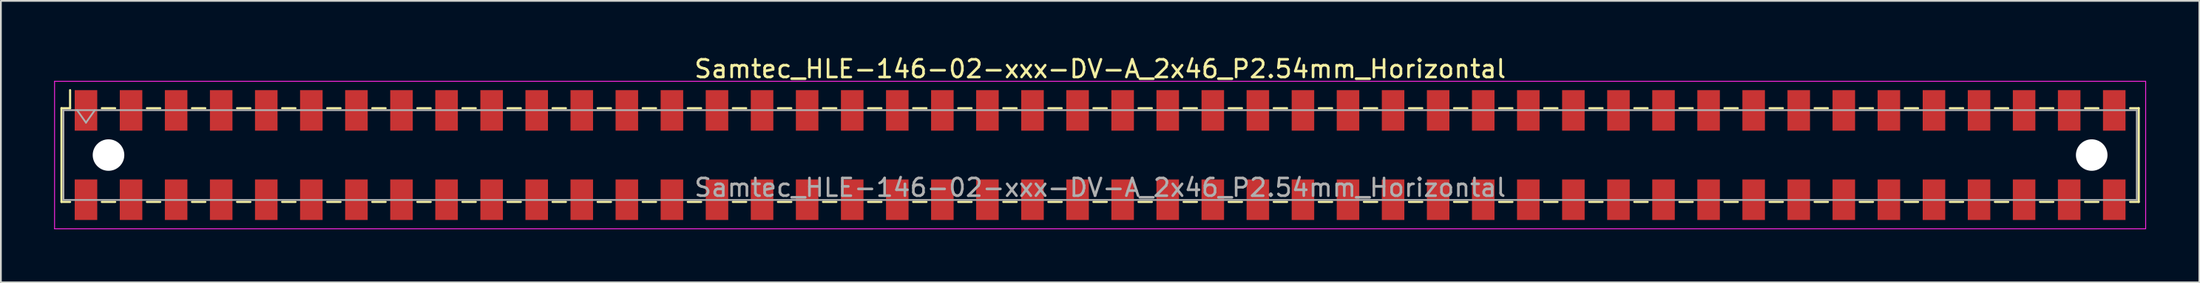
<source format=kicad_pcb>
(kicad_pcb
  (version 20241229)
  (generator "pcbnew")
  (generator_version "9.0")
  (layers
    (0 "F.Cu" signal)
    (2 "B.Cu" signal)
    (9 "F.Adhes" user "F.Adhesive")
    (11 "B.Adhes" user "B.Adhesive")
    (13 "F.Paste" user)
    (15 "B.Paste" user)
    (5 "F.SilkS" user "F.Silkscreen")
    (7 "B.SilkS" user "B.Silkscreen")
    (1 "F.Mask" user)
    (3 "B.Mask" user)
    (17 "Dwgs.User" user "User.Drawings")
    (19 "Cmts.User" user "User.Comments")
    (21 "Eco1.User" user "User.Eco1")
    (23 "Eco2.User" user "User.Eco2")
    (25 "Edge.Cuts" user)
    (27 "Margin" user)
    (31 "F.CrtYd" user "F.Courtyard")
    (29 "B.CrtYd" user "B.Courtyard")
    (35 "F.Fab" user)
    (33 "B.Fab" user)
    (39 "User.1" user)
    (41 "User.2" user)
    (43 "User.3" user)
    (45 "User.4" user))
  (footprint "Samtec_HLE-146-02-xxx-DV-A_2x46_P2.54mm_Horizontal"
    (layer "F.Cu")
    (at 58.945 5.718)
    (property "Reference" "Samtec_HLE-146-02-xxx-DV-A_2x46_P2.54mm_Horizontal" (at 0 -4.87 0) (layer "F.SilkS") (effects (font (size 1 1) (thickness 0.15))))
    (attr smd)
    (fp_line (start -58.53 -2.65) (end -58.53 2.65) (stroke (width 0.12) (type solid)) (layer "F.SilkS"))
    (fp_line (start -58.53 2.65) (end -58.045 2.65) (stroke (width 0.12) (type solid)) (layer "F.SilkS"))
    (fp_line (start -58.045 -3.67) (end -58.045 -2.65) (stroke (width 0.12) (type solid)) (layer "F.SilkS"))
    (fp_line (start -58.045 -2.65) (end -58.53 -2.65) (stroke (width 0.12) (type solid)) (layer "F.SilkS"))
    (fp_line (start -56.255 -2.65) (end -55.505 -2.65) (stroke (width 0.12) (type solid)) (layer "F.SilkS"))
    (fp_line (start -56.255 2.65) (end -55.505 2.65) (stroke (width 0.12) (type solid)) (layer "F.SilkS"))
    (fp_line (start -53.715 -2.65) (end -52.965 -2.65) (stroke (width 0.12) (type solid)) (layer "F.SilkS"))
    (fp_line (start -53.715 2.65) (end -52.965 2.65) (stroke (width 0.12) (type solid)) (layer "F.SilkS"))
    (fp_line (start -51.175 -2.65) (end -50.425 -2.65) (stroke (width 0.12) (type solid)) (layer "F.SilkS"))
    (fp_line (start -51.175 2.65) (end -50.425 2.65) (stroke (width 0.12) (type solid)) (layer "F.SilkS"))
    (fp_line (start -48.635 -2.65) (end -47.885 -2.65) (stroke (width 0.12) (type solid)) (layer "F.SilkS"))
    (fp_line (start -48.635 2.65) (end -47.885 2.65) (stroke (width 0.12) (type solid)) (layer "F.SilkS"))
    (fp_line (start -46.095 -2.65) (end -45.345 -2.65) (stroke (width 0.12) (type solid)) (layer "F.SilkS"))
    (fp_line (start -46.095 2.65) (end -45.345 2.65) (stroke (width 0.12) (type solid)) (layer "F.SilkS"))
    (fp_line (start -43.555 -2.65) (end -42.805 -2.65) (stroke (width 0.12) (type solid)) (layer "F.SilkS"))
    (fp_line (start -43.555 2.65) (end -42.805 2.65) (stroke (width 0.12) (type solid)) (layer "F.SilkS"))
    (fp_line (start -41.015 -2.65) (end -40.265 -2.65) (stroke (width 0.12) (type solid)) (layer "F.SilkS"))
    (fp_line (start -41.015 2.65) (end -40.265 2.65) (stroke (width 0.12) (type solid)) (layer "F.SilkS"))
    (fp_line (start -38.475 -2.65) (end -37.725 -2.65) (stroke (width 0.12) (type solid)) (layer "F.SilkS"))
    (fp_line (start -38.475 2.65) (end -37.725 2.65) (stroke (width 0.12) (type solid)) (layer "F.SilkS"))
    (fp_line (start -35.935 -2.65) (end -35.185 -2.65) (stroke (width 0.12) (type solid)) (layer "F.SilkS"))
    (fp_line (start -35.935 2.65) (end -35.185 2.65) (stroke (width 0.12) (type solid)) (layer "F.SilkS"))
    (fp_line (start -33.395 -2.65) (end -32.645 -2.65) (stroke (width 0.12) (type solid)) (layer "F.SilkS"))
    (fp_line (start -33.395 2.65) (end -32.645 2.65) (stroke (width 0.12) (type solid)) (layer "F.SilkS"))
    (fp_line (start -30.855 -2.65) (end -30.105 -2.65) (stroke (width 0.12) (type solid)) (layer "F.SilkS"))
    (fp_line (start -30.855 2.65) (end -30.105 2.65) (stroke (width 0.12) (type solid)) (layer "F.SilkS"))
    (fp_line (start -28.315 -2.65) (end -27.565 -2.65) (stroke (width 0.12) (type solid)) (layer "F.SilkS"))
    (fp_line (start -28.315 2.65) (end -27.565 2.65) (stroke (width 0.12) (type solid)) (layer "F.SilkS"))
    (fp_line (start -25.775 -2.65) (end -25.025 -2.65) (stroke (width 0.12) (type solid)) (layer "F.SilkS"))
    (fp_line (start -25.775 2.65) (end -25.025 2.65) (stroke (width 0.12) (type solid)) (layer "F.SilkS"))
    (fp_line (start -23.235 -2.65) (end -22.485 -2.65) (stroke (width 0.12) (type solid)) (layer "F.SilkS"))
    (fp_line (start -23.235 2.65) (end -22.485 2.65) (stroke (width 0.12) (type solid)) (layer "F.SilkS"))
    (fp_line (start -20.695 -2.65) (end -19.945 -2.65) (stroke (width 0.12) (type solid)) (layer "F.SilkS"))
    (fp_line (start -20.695 2.65) (end -19.945 2.65) (stroke (width 0.12) (type solid)) (layer "F.SilkS"))
    (fp_line (start -18.155 -2.65) (end -17.405 -2.65) (stroke (width 0.12) (type solid)) (layer "F.SilkS"))
    (fp_line (start -18.155 2.65) (end -17.405 2.65) (stroke (width 0.12) (type solid)) (layer "F.SilkS"))
    (fp_line (start -15.615 -2.65) (end -14.865 -2.65) (stroke (width 0.12) (type solid)) (layer "F.SilkS"))
    (fp_line (start -15.615 2.65) (end -14.865 2.65) (stroke (width 0.12) (type solid)) (layer "F.SilkS"))
    (fp_line (start -13.075 -2.65) (end -12.325 -2.65) (stroke (width 0.12) (type solid)) (layer "F.SilkS"))
    (fp_line (start -13.075 2.65) (end -12.325 2.65) (stroke (width 0.12) (type solid)) (layer "F.SilkS"))
    (fp_line (start -10.535 -2.65) (end -9.785 -2.65) (stroke (width 0.12) (type solid)) (layer "F.SilkS"))
    (fp_line (start -10.535 2.65) (end -9.785 2.65) (stroke (width 0.12) (type solid)) (layer "F.SilkS"))
    (fp_line (start -7.995 -2.65) (end -7.245 -2.65) (stroke (width 0.12) (type solid)) (layer "F.SilkS"))
    (fp_line (start -7.995 2.65) (end -7.245 2.65) (stroke (width 0.12) (type solid)) (layer "F.SilkS"))
    (fp_line (start -5.455 -2.65) (end -4.705 -2.65) (stroke (width 0.12) (type solid)) (layer "F.SilkS"))
    (fp_line (start -5.455 2.65) (end -4.705 2.65) (stroke (width 0.12) (type solid)) (layer "F.SilkS"))
    (fp_line (start -2.915 -2.65) (end -2.165 -2.65) (stroke (width 0.12) (type solid)) (layer "F.SilkS"))
    (fp_line (start -2.915 2.65) (end -2.165 2.65) (stroke (width 0.12) (type solid)) (layer "F.SilkS"))
    (fp_line (start -0.375 -2.65) (end 0.375 -2.65) (stroke (width 0.12) (type solid)) (layer "F.SilkS"))
    (fp_line (start -0.375 2.65) (end 0.375 2.65) (stroke (width 0.12) (type solid)) (layer "F.SilkS"))
    (fp_line (start 2.165 -2.65) (end 2.915 -2.65) (stroke (width 0.12) (type solid)) (layer "F.SilkS"))
    (fp_line (start 2.165 2.65) (end 2.915 2.65) (stroke (width 0.12) (type solid)) (layer "F.SilkS"))
    (fp_line (start 4.705 -2.65) (end 5.455 -2.65) (stroke (width 0.12) (type solid)) (layer "F.SilkS"))
    (fp_line (start 4.705 2.65) (end 5.455 2.65) (stroke (width 0.12) (type solid)) (layer "F.SilkS"))
    (fp_line (start 7.245 -2.65) (end 7.995 -2.65) (stroke (width 0.12) (type solid)) (layer "F.SilkS"))
    (fp_line (start 7.245 2.65) (end 7.995 2.65) (stroke (width 0.12) (type solid)) (layer "F.SilkS"))
    (fp_line (start 9.785 -2.65) (end 10.535 -2.65) (stroke (width 0.12) (type solid)) (layer "F.SilkS"))
    (fp_line (start 9.785 2.65) (end 10.535 2.65) (stroke (width 0.12) (type solid)) (layer "F.SilkS"))
    (fp_line (start 12.325 -2.65) (end 13.075 -2.65) (stroke (width 0.12) (type solid)) (layer "F.SilkS"))
    (fp_line (start 12.325 2.65) (end 13.075 2.65) (stroke (width 0.12) (type solid)) (layer "F.SilkS"))
    (fp_line (start 14.865 -2.65) (end 15.615 -2.65) (stroke (width 0.12) (type solid)) (layer "F.SilkS"))
    (fp_line (start 14.865 2.65) (end 15.615 2.65) (stroke (width 0.12) (type solid)) (layer "F.SilkS"))
    (fp_line (start 17.405 -2.65) (end 18.155 -2.65) (stroke (width 0.12) (type solid)) (layer "F.SilkS"))
    (fp_line (start 17.405 2.65) (end 18.155 2.65) (stroke (width 0.12) (type solid)) (layer "F.SilkS"))
    (fp_line (start 19.945 -2.65) (end 20.695 -2.65) (stroke (width 0.12) (type solid)) (layer "F.SilkS"))
    (fp_line (start 19.945 2.65) (end 20.695 2.65) (stroke (width 0.12) (type solid)) (layer "F.SilkS"))
    (fp_line (start 22.485 -2.65) (end 23.235 -2.65) (stroke (width 0.12) (type solid)) (layer "F.SilkS"))
    (fp_line (start 22.485 2.65) (end 23.235 2.65) (stroke (width 0.12) (type solid)) (layer "F.SilkS"))
    (fp_line (start 25.025 -2.65) (end 25.775 -2.65) (stroke (width 0.12) (type solid)) (layer "F.SilkS"))
    (fp_line (start 25.025 2.65) (end 25.775 2.65) (stroke (width 0.12) (type solid)) (layer "F.SilkS"))
    (fp_line (start 27.565 -2.65) (end 28.315 -2.65) (stroke (width 0.12) (type solid)) (layer "F.SilkS"))
    (fp_line (start 27.565 2.65) (end 28.315 2.65) (stroke (width 0.12) (type solid)) (layer "F.SilkS"))
    (fp_line (start 30.105 -2.65) (end 30.855 -2.65) (stroke (width 0.12) (type solid)) (layer "F.SilkS"))
    (fp_line (start 30.105 2.65) (end 30.855 2.65) (stroke (width 0.12) (type solid)) (layer "F.SilkS"))
    (fp_line (start 32.645 -2.65) (end 33.395 -2.65) (stroke (width 0.12) (type solid)) (layer "F.SilkS"))
    (fp_line (start 32.645 2.65) (end 33.395 2.65) (stroke (width 0.12) (type solid)) (layer "F.SilkS"))
    (fp_line (start 35.185 -2.65) (end 35.935 -2.65) (stroke (width 0.12) (type solid)) (layer "F.SilkS"))
    (fp_line (start 35.185 2.65) (end 35.935 2.65) (stroke (width 0.12) (type solid)) (layer "F.SilkS"))
    (fp_line (start 37.725 -2.65) (end 38.475 -2.65) (stroke (width 0.12) (type solid)) (layer "F.SilkS"))
    (fp_line (start 37.725 2.65) (end 38.475 2.65) (stroke (width 0.12) (type solid)) (layer "F.SilkS"))
    (fp_line (start 40.265 -2.65) (end 41.015 -2.65) (stroke (width 0.12) (type solid)) (layer "F.SilkS"))
    (fp_line (start 40.265 2.65) (end 41.015 2.65) (stroke (width 0.12) (type solid)) (layer "F.SilkS"))
    (fp_line (start 42.805 -2.65) (end 43.555 -2.65) (stroke (width 0.12) (type solid)) (layer "F.SilkS"))
    (fp_line (start 42.805 2.65) (end 43.555 2.65) (stroke (width 0.12) (type solid)) (layer "F.SilkS"))
    (fp_line (start 45.345 -2.65) (end 46.095 -2.65) (stroke (width 0.12) (type solid)) (layer "F.SilkS"))
    (fp_line (start 45.345 2.65) (end 46.095 2.65) (stroke (width 0.12) (type solid)) (layer "F.SilkS"))
    (fp_line (start 47.885 -2.65) (end 48.635 -2.65) (stroke (width 0.12) (type solid)) (layer "F.SilkS"))
    (fp_line (start 47.885 2.65) (end 48.635 2.65) (stroke (width 0.12) (type solid)) (layer "F.SilkS"))
    (fp_line (start 50.425 -2.65) (end 51.175 -2.65) (stroke (width 0.12) (type solid)) (layer "F.SilkS"))
    (fp_line (start 50.425 2.65) (end 51.175 2.65) (stroke (width 0.12) (type solid)) (layer "F.SilkS"))
    (fp_line (start 52.965 -2.65) (end 53.715 -2.65) (stroke (width 0.12) (type solid)) (layer "F.SilkS"))
    (fp_line (start 52.965 2.65) (end 53.715 2.65) (stroke (width 0.12) (type solid)) (layer "F.SilkS"))
    (fp_line (start 55.505 -2.65) (end 56.255 -2.65) (stroke (width 0.12) (type solid)) (layer "F.SilkS"))
    (fp_line (start 55.505 2.65) (end 56.255 2.65) (stroke (width 0.12) (type solid)) (layer "F.SilkS"))
    (fp_line (start 58.045 -2.65) (end 58.53 -2.65) (stroke (width 0.12) (type solid)) (layer "F.SilkS"))
    (fp_line (start 58.53 -2.65) (end 58.53 2.65) (stroke (width 0.12) (type solid)) (layer "F.SilkS"))
    (fp_line (start 58.53 2.65) (end 58.045 2.65) (stroke (width 0.12) (type solid)) (layer "F.SilkS"))
    (fp_line (start -58.92 -4.17) (end 58.92 -4.17) (stroke (width 0.05) (type solid)) (layer "F.CrtYd"))
    (fp_line (start -58.92 4.17) (end -58.92 -4.17) (stroke (width 0.05) (type solid)) (layer "F.CrtYd"))
    (fp_line (start 58.92 -4.17) (end 58.92 4.17) (stroke (width 0.05) (type solid)) (layer "F.CrtYd"))
    (fp_line (start 58.92 4.17) (end -58.92 4.17) (stroke (width 0.05) (type solid)) (layer "F.CrtYd"))
    (fp_line (start -58.42 -2.54) (end 58.42 -2.54) (stroke (width 0.1) (type solid)) (layer "F.Fab"))
    (fp_line (start -58.42 2.54) (end -58.42 -2.54) (stroke (width 0.1) (type solid)) (layer "F.Fab"))
    (fp_line (start -57.65 -2.54) (end -57.15 -1.833) (stroke (width 0.1) (type solid)) (layer "F.Fab"))
    (fp_line (start -57.15 -1.833) (end -56.65 -2.54) (stroke (width 0.1) (type solid)) (layer "F.Fab"))
    (fp_line (start 58.42 -2.54) (end 58.42 2.54) (stroke (width 0.1) (type solid)) (layer "F.Fab"))
    (fp_line (start 58.42 2.54) (end -58.42 2.54) (stroke (width 0.1) (type solid)) (layer "F.Fab"))
    (fp_text user "${REFERENCE}" (at 0 1.84 0) (layer "F.Fab") (effects (font (size 1 1) (thickness 0.15))))
    (pad "" np_thru_hole circle (at -55.88 0) (size 1.78 1.78) (drill 1.78) (layers "*.Cu" "*.Mask"))
    (pad "" np_thru_hole circle (at 55.88 0) (size 1.78 1.78) (drill 1.78) (layers "*.Cu" "*.Mask"))
    (pad "1" smd rect (at -57.15 -2.525) (size 1.27 2.29) (layers "F.Cu" "F.Mask" "F.Paste"))
    (pad "2" smd rect (at -57.15 2.525) (size 1.27 2.29) (layers "F.Cu" "F.Mask" "F.Paste"))
    (pad "3" smd rect (at -54.61 -2.525) (size 1.27 2.29) (layers "F.Cu" "F.Mask" "F.Paste"))
    (pad "4" smd rect (at -54.61 2.525) (size 1.27 2.29) (layers "F.Cu" "F.Mask" "F.Paste"))
    (pad "5" smd rect (at -52.07 -2.525) (size 1.27 2.29) (layers "F.Cu" "F.Mask" "F.Paste"))
    (pad "6" smd rect (at -52.07 2.525) (size 1.27 2.29) (layers "F.Cu" "F.Mask" "F.Paste"))
    (pad "7" smd rect (at -49.53 -2.525) (size 1.27 2.29) (layers "F.Cu" "F.Mask" "F.Paste"))
    (pad "8" smd rect (at -49.53 2.525) (size 1.27 2.29) (layers "F.Cu" "F.Mask" "F.Paste"))
    (pad "9" smd rect (at -46.99 -2.525) (size 1.27 2.29) (layers "F.Cu" "F.Mask" "F.Paste"))
    (pad "10" smd rect (at -46.99 2.525) (size 1.27 2.29) (layers "F.Cu" "F.Mask" "F.Paste"))
    (pad "11" smd rect (at -44.45 -2.525) (size 1.27 2.29) (layers "F.Cu" "F.Mask" "F.Paste"))
    (pad "12" smd rect (at -44.45 2.525) (size 1.27 2.29) (layers "F.Cu" "F.Mask" "F.Paste"))
    (pad "13" smd rect (at -41.91 -2.525) (size 1.27 2.29) (layers "F.Cu" "F.Mask" "F.Paste"))
    (pad "14" smd rect (at -41.91 2.525) (size 1.27 2.29) (layers "F.Cu" "F.Mask" "F.Paste"))
    (pad "15" smd rect (at -39.37 -2.525) (size 1.27 2.29) (layers "F.Cu" "F.Mask" "F.Paste"))
    (pad "16" smd rect (at -39.37 2.525) (size 1.27 2.29) (layers "F.Cu" "F.Mask" "F.Paste"))
    (pad "17" smd rect (at -36.83 -2.525) (size 1.27 2.29) (layers "F.Cu" "F.Mask" "F.Paste"))
    (pad "18" smd rect (at -36.83 2.525) (size 1.27 2.29) (layers "F.Cu" "F.Mask" "F.Paste"))
    (pad "19" smd rect (at -34.29 -2.525) (size 1.27 2.29) (layers "F.Cu" "F.Mask" "F.Paste"))
    (pad "20" smd rect (at -34.29 2.525) (size 1.27 2.29) (layers "F.Cu" "F.Mask" "F.Paste"))
    (pad "21" smd rect (at -31.75 -2.525) (size 1.27 2.29) (layers "F.Cu" "F.Mask" "F.Paste"))
    (pad "22" smd rect (at -31.75 2.525) (size 1.27 2.29) (layers "F.Cu" "F.Mask" "F.Paste"))
    (pad "23" smd rect (at -29.21 -2.525) (size 1.27 2.29) (layers "F.Cu" "F.Mask" "F.Paste"))
    (pad "24" smd rect (at -29.21 2.525) (size 1.27 2.29) (layers "F.Cu" "F.Mask" "F.Paste"))
    (pad "25" smd rect (at -26.67 -2.525) (size 1.27 2.29) (layers "F.Cu" "F.Mask" "F.Paste"))
    (pad "26" smd rect (at -26.67 2.525) (size 1.27 2.29) (layers "F.Cu" "F.Mask" "F.Paste"))
    (pad "27" smd rect (at -24.13 -2.525) (size 1.27 2.29) (layers "F.Cu" "F.Mask" "F.Paste"))
    (pad "28" smd rect (at -24.13 2.525) (size 1.27 2.29) (layers "F.Cu" "F.Mask" "F.Paste"))
    (pad "29" smd rect (at -21.59 -2.525) (size 1.27 2.29) (layers "F.Cu" "F.Mask" "F.Paste"))
    (pad "30" smd rect (at -21.59 2.525) (size 1.27 2.29) (layers "F.Cu" "F.Mask" "F.Paste"))
    (pad "31" smd rect (at -19.05 -2.525) (size 1.27 2.29) (layers "F.Cu" "F.Mask" "F.Paste"))
    (pad "32" smd rect (at -19.05 2.525) (size 1.27 2.29) (layers "F.Cu" "F.Mask" "F.Paste"))
    (pad "33" smd rect (at -16.51 -2.525) (size 1.27 2.29) (layers "F.Cu" "F.Mask" "F.Paste"))
    (pad "34" smd rect (at -16.51 2.525) (size 1.27 2.29) (layers "F.Cu" "F.Mask" "F.Paste"))
    (pad "35" smd rect (at -13.97 -2.525) (size 1.27 2.29) (layers "F.Cu" "F.Mask" "F.Paste"))
    (pad "36" smd rect (at -13.97 2.525) (size 1.27 2.29) (layers "F.Cu" "F.Mask" "F.Paste"))
    (pad "37" smd rect (at -11.43 -2.525) (size 1.27 2.29) (layers "F.Cu" "F.Mask" "F.Paste"))
    (pad "38" smd rect (at -11.43 2.525) (size 1.27 2.29) (layers "F.Cu" "F.Mask" "F.Paste"))
    (pad "39" smd rect (at -8.89 -2.525) (size 1.27 2.29) (layers "F.Cu" "F.Mask" "F.Paste"))
    (pad "40" smd rect (at -8.89 2.525) (size 1.27 2.29) (layers "F.Cu" "F.Mask" "F.Paste"))
    (pad "41" smd rect (at -6.35 -2.525) (size 1.27 2.29) (layers "F.Cu" "F.Mask" "F.Paste"))
    (pad "42" smd rect (at -6.35 2.525) (size 1.27 2.29) (layers "F.Cu" "F.Mask" "F.Paste"))
    (pad "43" smd rect (at -3.81 -2.525) (size 1.27 2.29) (layers "F.Cu" "F.Mask" "F.Paste"))
    (pad "44" smd rect (at -3.81 2.525) (size 1.27 2.29) (layers "F.Cu" "F.Mask" "F.Paste"))
    (pad "45" smd rect (at -1.27 -2.525) (size 1.27 2.29) (layers "F.Cu" "F.Mask" "F.Paste"))
    (pad "46" smd rect (at -1.27 2.525) (size 1.27 2.29) (layers "F.Cu" "F.Mask" "F.Paste"))
    (pad "47" smd rect (at 1.27 -2.525) (size 1.27 2.29) (layers "F.Cu" "F.Mask" "F.Paste"))
    (pad "48" smd rect (at 1.27 2.525) (size 1.27 2.29) (layers "F.Cu" "F.Mask" "F.Paste"))
    (pad "49" smd rect (at 3.81 -2.525) (size 1.27 2.29) (layers "F.Cu" "F.Mask" "F.Paste"))
    (pad "50" smd rect (at 3.81 2.525) (size 1.27 2.29) (layers "F.Cu" "F.Mask" "F.Paste"))
    (pad "51" smd rect (at 6.35 -2.525) (size 1.27 2.29) (layers "F.Cu" "F.Mask" "F.Paste"))
    (pad "52" smd rect (at 6.35 2.525) (size 1.27 2.29) (layers "F.Cu" "F.Mask" "F.Paste"))
    (pad "53" smd rect (at 8.89 -2.525) (size 1.27 2.29) (layers "F.Cu" "F.Mask" "F.Paste"))
    (pad "54" smd rect (at 8.89 2.525) (size 1.27 2.29) (layers "F.Cu" "F.Mask" "F.Paste"))
    (pad "55" smd rect (at 11.43 -2.525) (size 1.27 2.29) (layers "F.Cu" "F.Mask" "F.Paste"))
    (pad "56" smd rect (at 11.43 2.525) (size 1.27 2.29) (layers "F.Cu" "F.Mask" "F.Paste"))
    (pad "57" smd rect (at 13.97 -2.525) (size 1.27 2.29) (layers "F.Cu" "F.Mask" "F.Paste"))
    (pad "58" smd rect (at 13.97 2.525) (size 1.27 2.29) (layers "F.Cu" "F.Mask" "F.Paste"))
    (pad "59" smd rect (at 16.51 -2.525) (size 1.27 2.29) (layers "F.Cu" "F.Mask" "F.Paste"))
    (pad "60" smd rect (at 16.51 2.525) (size 1.27 2.29) (layers "F.Cu" "F.Mask" "F.Paste"))
    (pad "61" smd rect (at 19.05 -2.525) (size 1.27 2.29) (layers "F.Cu" "F.Mask" "F.Paste"))
    (pad "62" smd rect (at 19.05 2.525) (size 1.27 2.29) (layers "F.Cu" "F.Mask" "F.Paste"))
    (pad "63" smd rect (at 21.59 -2.525) (size 1.27 2.29) (layers "F.Cu" "F.Mask" "F.Paste"))
    (pad "64" smd rect (at 21.59 2.525) (size 1.27 2.29) (layers "F.Cu" "F.Mask" "F.Paste"))
    (pad "65" smd rect (at 24.13 -2.525) (size 1.27 2.29) (layers "F.Cu" "F.Mask" "F.Paste"))
    (pad "66" smd rect (at 24.13 2.525) (size 1.27 2.29) (layers "F.Cu" "F.Mask" "F.Paste"))
    (pad "67" smd rect (at 26.67 -2.525) (size 1.27 2.29) (layers "F.Cu" "F.Mask" "F.Paste"))
    (pad "68" smd rect (at 26.67 2.525) (size 1.27 2.29) (layers "F.Cu" "F.Mask" "F.Paste"))
    (pad "69" smd rect (at 29.21 -2.525) (size 1.27 2.29) (layers "F.Cu" "F.Mask" "F.Paste"))
    (pad "70" smd rect (at 29.21 2.525) (size 1.27 2.29) (layers "F.Cu" "F.Mask" "F.Paste"))
    (pad "71" smd rect (at 31.75 -2.525) (size 1.27 2.29) (layers "F.Cu" "F.Mask" "F.Paste"))
    (pad "72" smd rect (at 31.75 2.525) (size 1.27 2.29) (layers "F.Cu" "F.Mask" "F.Paste"))
    (pad "73" smd rect (at 34.29 -2.525) (size 1.27 2.29) (layers "F.Cu" "F.Mask" "F.Paste"))
    (pad "74" smd rect (at 34.29 2.525) (size 1.27 2.29) (layers "F.Cu" "F.Mask" "F.Paste"))
    (pad "75" smd rect (at 36.83 -2.525) (size 1.27 2.29) (layers "F.Cu" "F.Mask" "F.Paste"))
    (pad "76" smd rect (at 36.83 2.525) (size 1.27 2.29) (layers "F.Cu" "F.Mask" "F.Paste"))
    (pad "77" smd rect (at 39.37 -2.525) (size 1.27 2.29) (layers "F.Cu" "F.Mask" "F.Paste"))
    (pad "78" smd rect (at 39.37 2.525) (size 1.27 2.29) (layers "F.Cu" "F.Mask" "F.Paste"))
    (pad "79" smd rect (at 41.91 -2.525) (size 1.27 2.29) (layers "F.Cu" "F.Mask" "F.Paste"))
    (pad "80" smd rect (at 41.91 2.525) (size 1.27 2.29) (layers "F.Cu" "F.Mask" "F.Paste"))
    (pad "81" smd rect (at 44.45 -2.525) (size 1.27 2.29) (layers "F.Cu" "F.Mask" "F.Paste"))
    (pad "82" smd rect (at 44.45 2.525) (size 1.27 2.29) (layers "F.Cu" "F.Mask" "F.Paste"))
    (pad "83" smd rect (at 46.99 -2.525) (size 1.27 2.29) (layers "F.Cu" "F.Mask" "F.Paste"))
    (pad "84" smd rect (at 46.99 2.525) (size 1.27 2.29) (layers "F.Cu" "F.Mask" "F.Paste"))
    (pad "85" smd rect (at 49.53 -2.525) (size 1.27 2.29) (layers "F.Cu" "F.Mask" "F.Paste"))
    (pad "86" smd rect (at 49.53 2.525) (size 1.27 2.29) (layers "F.Cu" "F.Mask" "F.Paste"))
    (pad "87" smd rect (at 52.07 -2.525) (size 1.27 2.29) (layers "F.Cu" "F.Mask" "F.Paste"))
    (pad "88" smd rect (at 52.07 2.525) (size 1.27 2.29) (layers "F.Cu" "F.Mask" "F.Paste"))
    (pad "89" smd rect (at 54.61 -2.525) (size 1.27 2.29) (layers "F.Cu" "F.Mask" "F.Paste"))
    (pad "90" smd rect (at 54.61 2.525) (size 1.27 2.29) (layers "F.Cu" "F.Mask" "F.Paste"))
    (pad "91" smd rect (at 57.15 -2.525) (size 1.27 2.29) (layers "F.Cu" "F.Mask" "F.Paste"))
    (pad "92" smd rect (at 57.15 2.525) (size 1.27 2.29) (layers "F.Cu" "F.Mask" "F.Paste")))
  (gr_rect
    (start -3 -3)
    (end 120.89 12.913)
    (stroke (width 0.1) (type default))
    (fill no)
    (layer "Edge.Cuts")))
</source>
